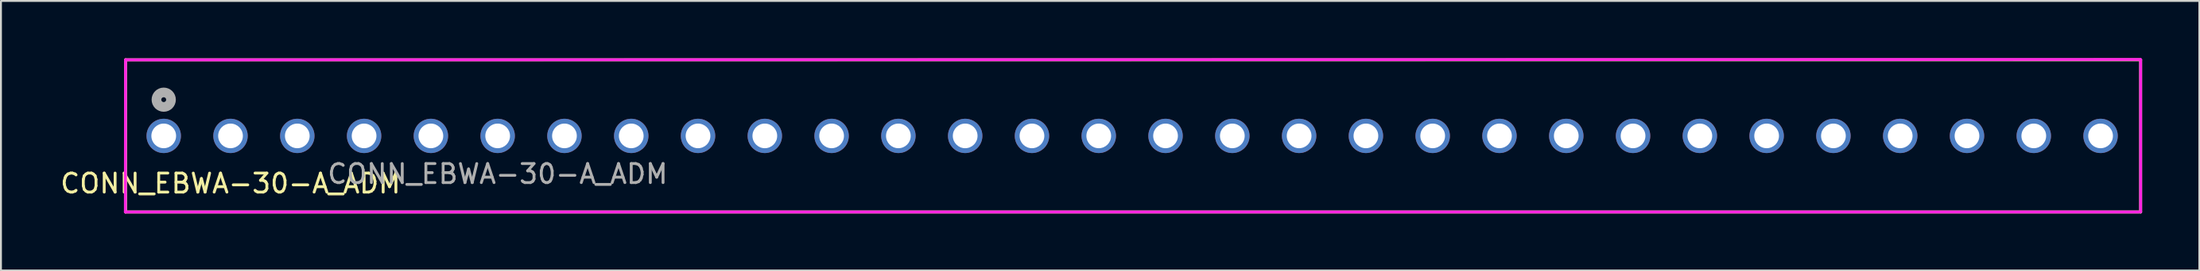
<source format=kicad_pcb>
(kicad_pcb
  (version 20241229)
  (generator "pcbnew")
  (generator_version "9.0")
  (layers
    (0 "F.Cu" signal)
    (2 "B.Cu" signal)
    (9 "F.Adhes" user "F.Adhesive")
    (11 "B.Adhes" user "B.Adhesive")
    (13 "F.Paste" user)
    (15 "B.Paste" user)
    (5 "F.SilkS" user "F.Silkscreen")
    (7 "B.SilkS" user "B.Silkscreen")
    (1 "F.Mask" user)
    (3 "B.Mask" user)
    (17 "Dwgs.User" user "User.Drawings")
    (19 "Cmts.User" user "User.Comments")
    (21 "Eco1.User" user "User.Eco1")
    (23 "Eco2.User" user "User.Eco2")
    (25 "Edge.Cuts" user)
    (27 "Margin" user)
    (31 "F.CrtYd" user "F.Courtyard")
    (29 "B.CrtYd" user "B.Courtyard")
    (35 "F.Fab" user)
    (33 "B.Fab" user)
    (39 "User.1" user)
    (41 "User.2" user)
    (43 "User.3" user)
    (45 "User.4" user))
  (footprint "CONN_EBWA-30-A_ADM"
    (layer "F.Cu")
    (at 5.53 4.096)
    (property "Reference" "CONN_EBWA-30-A_ADM" (at 3.5 2.5 0) (unlocked yes) (layer "F.SilkS") (effects (font (size 1 1) (thickness 0.15))))
    (attr through_hole)
    (fp_line (start -2 -4) (end -2 4) (stroke (width 0.152) (type solid)) (layer "F.SilkS"))
    (fp_line (start -2 4) (end 103.6 4) (stroke (width 0.152) (type solid)) (layer "F.SilkS"))
    (fp_line (start 103.6 -4) (end -2 -4) (stroke (width 0.152) (type solid)) (layer "F.SilkS"))
    (fp_line (start 103.6 4) (end 103.6 -4) (stroke (width 0.152) (type solid)) (layer "F.SilkS"))
    (fp_line (start -2.01 4) (end 103.5 4) (stroke (width 0.152) (type solid)) (layer "F.CrtYd"))
    (fp_line (start -2 -4) (end -2.01 4) (stroke (width 0.152) (type solid)) (layer "F.CrtYd"))
    (fp_line (start 103.6 -4.019) (end -2 -4) (stroke (width 0.152) (type solid)) (layer "F.CrtYd"))
    (fp_line (start 103.6 4) (end 103.6 -4) (stroke (width 0.152) (type solid)) (layer "F.CrtYd"))
    (fp_circle (center 0 -1.905) (end 0.381 -1.905) (stroke (width 0.508) (type solid)) (fill no) (layer "F.Fab"))
    (fp_text user "${REFERENCE}" (at 17.5 2 0) (unlocked yes) (layer "F.Fab") (effects (font (size 1 1) (thickness 0.15))))
    (pad "1" thru_hole circle (at 0 0) (size 1.803 1.803) (drill 1.295) (layers "*.Cu" "*.Mask"))
    (pad "2" thru_hole circle (at 3.5 0) (size 1.803 1.803) (drill 1.295) (layers "*.Cu" "*.Mask"))
    (pad "3" thru_hole circle (at 7 0) (size 1.803 1.803) (drill 1.295) (layers "*.Cu" "*.Mask"))
    (pad "4" thru_hole circle (at 10.5 0) (size 1.803 1.803) (drill 1.295) (layers "*.Cu" "*.Mask"))
    (pad "5" thru_hole circle (at 14 0) (size 1.803 1.803) (drill 1.295) (layers "*.Cu" "*.Mask"))
    (pad "6" thru_hole circle (at 17.5 0) (size 1.803 1.803) (drill 1.295) (layers "*.Cu" "*.Mask"))
    (pad "7" thru_hole circle (at 21 0) (size 1.803 1.803) (drill 1.295) (layers "*.Cu" "*.Mask"))
    (pad "8" thru_hole circle (at 24.5 0) (size 1.803 1.803) (drill 1.295) (layers "*.Cu" "*.Mask"))
    (pad "9" thru_hole circle (at 28 0) (size 1.803 1.803) (drill 1.295) (layers "*.Cu" "*.Mask"))
    (pad "10" thru_hole circle (at 31.5 0) (size 1.803 1.803) (drill 1.295) (layers "*.Cu" "*.Mask"))
    (pad "11" thru_hole circle (at 35 0) (size 1.803 1.803) (drill 1.295) (layers "*.Cu" "*.Mask"))
    (pad "12" thru_hole circle (at 38.5 0) (size 1.803 1.803) (drill 1.295) (layers "*.Cu" "*.Mask"))
    (pad "13" thru_hole circle (at 42 0) (size 1.803 1.803) (drill 1.295) (layers "*.Cu" "*.Mask"))
    (pad "14" thru_hole circle (at 45.5 0) (size 1.803 1.803) (drill 1.295) (layers "*.Cu" "*.Mask"))
    (pad "15" thru_hole circle (at 49 0) (size 1.803 1.803) (drill 1.295) (layers "*.Cu" "*.Mask"))
    (pad "16" thru_hole circle (at 52.5 0) (size 1.803 1.803) (drill 1.295) (layers "*.Cu" "*.Mask"))
    (pad "17" thru_hole circle (at 56 0) (size 1.803 1.803) (drill 1.295) (layers "*.Cu" "*.Mask"))
    (pad "18" thru_hole circle (at 59.5 0) (size 1.803 1.803) (drill 1.295) (layers "*.Cu" "*.Mask"))
    (pad "19" thru_hole circle (at 63 0) (size 1.803 1.803) (drill 1.295) (layers "*.Cu" "*.Mask"))
    (pad "20" thru_hole circle (at 66.5 0) (size 1.803 1.803) (drill 1.295) (layers "*.Cu" "*.Mask"))
    (pad "21" thru_hole circle (at 70 0) (size 1.803 1.803) (drill 1.295) (layers "*.Cu" "*.Mask"))
    (pad "22" thru_hole circle (at 73.5 0) (size 1.803 1.803) (drill 1.295) (layers "*.Cu" "*.Mask"))
    (pad "23" thru_hole circle (at 77 0) (size 1.803 1.803) (drill 1.295) (layers "*.Cu" "*.Mask"))
    (pad "24" thru_hole circle (at 80.5 0) (size 1.803 1.803) (drill 1.295) (layers "*.Cu" "*.Mask"))
    (pad "25" thru_hole circle (at 84 0) (size 1.803 1.803) (drill 1.295) (layers "*.Cu" "*.Mask"))
    (pad "26" thru_hole circle (at 87.5 0) (size 1.803 1.803) (drill 1.295) (layers "*.Cu" "*.Mask"))
    (pad "27" thru_hole circle (at 91 0) (size 1.803 1.803) (drill 1.295) (layers "*.Cu" "*.Mask"))
    (pad "28" thru_hole circle (at 94.5 0) (size 1.803 1.803) (drill 1.295) (layers "*.Cu" "*.Mask"))
    (pad "29" thru_hole circle (at 98 0) (size 1.803 1.803) (drill 1.295) (layers "*.Cu" "*.Mask"))
    (pad "30" thru_hole circle (at 101.5 0) (size 1.803 1.803) (drill 1.295) (layers "*.Cu" "*.Mask")))
  (gr_rect
    (start -3 -3)
    (end 112.206 11.172)
    (stroke (width 0.1) (type default))
    (fill no)
    (layer "Edge.Cuts")))
</source>
